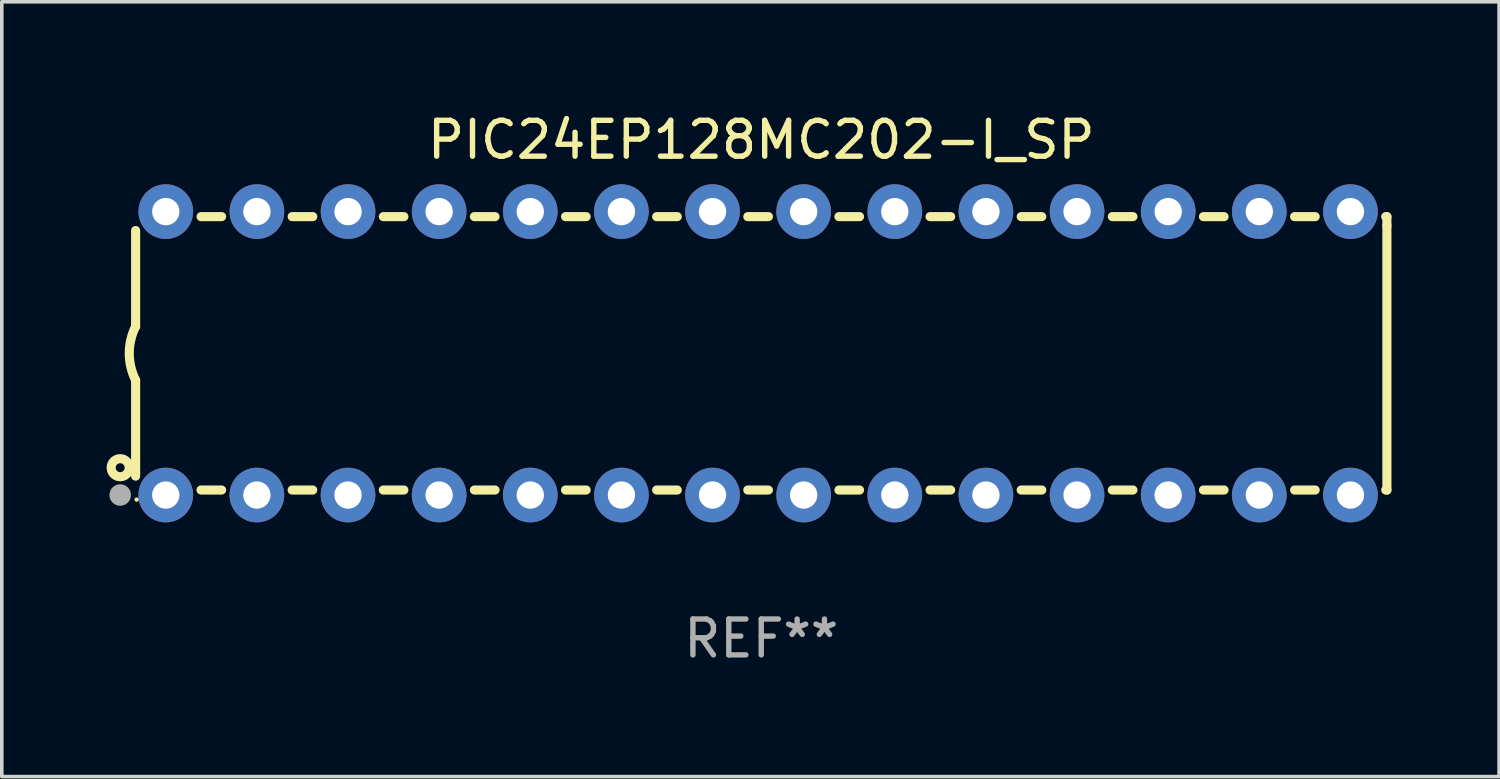
<source format=kicad_pcb>
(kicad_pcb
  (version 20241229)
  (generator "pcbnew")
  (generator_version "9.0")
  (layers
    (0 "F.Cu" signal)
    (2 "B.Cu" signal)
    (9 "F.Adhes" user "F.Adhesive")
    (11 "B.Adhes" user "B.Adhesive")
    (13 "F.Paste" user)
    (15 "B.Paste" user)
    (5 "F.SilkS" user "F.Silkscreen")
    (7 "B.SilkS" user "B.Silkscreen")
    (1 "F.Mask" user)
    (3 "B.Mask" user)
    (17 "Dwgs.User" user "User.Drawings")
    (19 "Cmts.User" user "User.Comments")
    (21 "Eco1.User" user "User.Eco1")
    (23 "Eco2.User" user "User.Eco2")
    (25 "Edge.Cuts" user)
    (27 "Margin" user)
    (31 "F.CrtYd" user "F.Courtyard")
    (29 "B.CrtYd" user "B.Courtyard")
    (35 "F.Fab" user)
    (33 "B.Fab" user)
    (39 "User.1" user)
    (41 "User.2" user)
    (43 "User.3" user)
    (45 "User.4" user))
  (footprint "PIC24EP128MC202-I_SP"
    (layer "F.Cu")
    (at 18.168 6.798)
    (property "Reference" "PIC24EP128MC202-I_SP" (at 0 -5.95 0) (layer "F.SilkS") (effects (font (size 1 1) (thickness 0.15))))
    (attr through_hole)
    (fp_line (start -17.438 0.75) (end -17.438 3.423) (stroke (width 0.254) (type solid)) (layer "F.SilkS"))
    (fp_line (start -17.438 -3.423) (end -17.438 -0.75) (stroke (width 0.254) (type solid)) (layer "F.SilkS"))
    (fp_line (start -15.615 3.81) (end -15.041 3.81) (stroke (width 0.254) (type solid)) (layer "F.SilkS"))
    (fp_line (start -15.041 -3.81) (end -15.614 -3.81) (stroke (width 0.254) (type solid)) (layer "F.SilkS"))
    (fp_line (start -13.075 3.81) (end -12.501 3.81) (stroke (width 0.254) (type solid)) (layer "F.SilkS"))
    (fp_line (start -12.501 -3.81) (end -13.074 -3.81) (stroke (width 0.254) (type solid)) (layer "F.SilkS"))
    (fp_line (start -10.535 3.81) (end -9.961 3.81) (stroke (width 0.254) (type solid)) (layer "F.SilkS"))
    (fp_line (start -9.961 -3.81) (end -10.534 -3.81) (stroke (width 0.254) (type solid)) (layer "F.SilkS"))
    (fp_line (start -7.995 3.81) (end -7.421 3.81) (stroke (width 0.254) (type solid)) (layer "F.SilkS"))
    (fp_line (start -7.421 -3.81) (end -7.995 -3.81) (stroke (width 0.254) (type solid)) (layer "F.SilkS"))
    (fp_line (start -5.455 3.81) (end -4.881 3.81) (stroke (width 0.254) (type solid)) (layer "F.SilkS"))
    (fp_line (start -4.881 -3.81) (end -5.455 -3.81) (stroke (width 0.254) (type solid)) (layer "F.SilkS"))
    (fp_line (start -2.915 3.81) (end -2.341 3.81) (stroke (width 0.254) (type solid)) (layer "F.SilkS"))
    (fp_line (start -2.341 -3.81) (end -2.915 -3.81) (stroke (width 0.254) (type solid)) (layer "F.SilkS"))
    (fp_line (start -0.375 3.81) (end 0.199 3.81) (stroke (width 0.254) (type solid)) (layer "F.SilkS"))
    (fp_line (start 0.199 -3.81) (end -0.375 -3.81) (stroke (width 0.254) (type solid)) (layer "F.SilkS"))
    (fp_line (start 2.165 3.81) (end 2.739 3.81) (stroke (width 0.254) (type solid)) (layer "F.SilkS"))
    (fp_line (start 2.739 -3.81) (end 2.165 -3.81) (stroke (width 0.254) (type solid)) (layer "F.SilkS"))
    (fp_line (start 4.705 3.81) (end 5.279 3.81) (stroke (width 0.254) (type solid)) (layer "F.SilkS"))
    (fp_line (start 5.279 -3.81) (end 4.705 -3.81) (stroke (width 0.254) (type solid)) (layer "F.SilkS"))
    (fp_line (start 7.245 3.81) (end 7.819 3.81) (stroke (width 0.254) (type solid)) (layer "F.SilkS"))
    (fp_line (start 7.819 -3.81) (end 7.245 -3.81) (stroke (width 0.254) (type solid)) (layer "F.SilkS"))
    (fp_line (start 9.785 3.81) (end 10.359 3.81) (stroke (width 0.254) (type solid)) (layer "F.SilkS"))
    (fp_line (start 10.359 -3.81) (end 9.785 -3.81) (stroke (width 0.254) (type solid)) (layer "F.SilkS"))
    (fp_line (start 12.325 3.81) (end 12.899 3.81) (stroke (width 0.254) (type solid)) (layer "F.SilkS"))
    (fp_line (start 12.899 -3.81) (end 12.325 -3.81) (stroke (width 0.254) (type solid)) (layer "F.SilkS"))
    (fp_line (start 14.865 3.81) (end 15.439 3.81) (stroke (width 0.254) (type solid)) (layer "F.SilkS"))
    (fp_line (start 15.439 -3.81) (end 14.865 -3.81) (stroke (width 0.254) (type solid)) (layer "F.SilkS"))
    (fp_line (start 17.405 3.81) (end 17.438 3.81) (stroke (width 0.254) (type solid)) (layer "F.SilkS"))
    (fp_line (start 17.438 -3.81) (end 17.405 -3.81) (stroke (width 0.254) (type solid)) (layer "F.SilkS"))
    (fp_line (start 17.438 -3.556) (end 17.438 -3.81) (stroke (width 0.254) (type solid)) (layer "F.SilkS"))
    (fp_line (start 17.438 3.81) (end 17.438 -3.556) (stroke (width 0.254) (type solid)) (layer "F.SilkS"))
    (fp_arc (start -17.437986 0.749657) (mid -17.614887 -0.000024) (end -17.437783 -0.749657) (stroke (width 0.254001) (type solid)) (layer "F.SilkS"))
    (fp_circle (center -17.868 3.188) (end -17.743 3.188) (stroke (width 0.254) (type solid)) (fill no) (layer "F.SilkS"))
    (fp_circle (center -17.411 4.077) (end -17.381 4.077) (stroke (width 0.06) (type solid)) (fill no) (layer "F.SilkS"))
    (fp_circle (center -17.868 3.95) (end -17.718 3.95) (stroke (width 0.3) (type solid)) (fill no) (layer "F.Fab"))
    (fp_text user "REF**" (at 0 7.95 0) (layer "F.Fab") (effects (font (size 1 1) (thickness 0.15))))
    (pad "1" thru_hole circle (at -16.598 3.95) (size 1.524 1.524) (drill 0.762) (layers "*.Cu" "*.Mask"))
    (pad "2" thru_hole circle (at -14.058 3.95) (size 1.524 1.524) (drill 0.762) (layers "*.Cu" "*.Mask"))
    (pad "3" thru_hole circle (at -11.518 3.95) (size 1.524 1.524) (drill 0.762) (layers "*.Cu" "*.Mask"))
    (pad "4" thru_hole circle (at -8.978 3.95) (size 1.524 1.524) (drill 0.762) (layers "*.Cu" "*.Mask"))
    (pad "5" thru_hole circle (at -6.438 3.95) (size 1.524 1.524) (drill 0.762) (layers "*.Cu" "*.Mask"))
    (pad "6" thru_hole circle (at -3.898 3.95) (size 1.524 1.524) (drill 0.762) (layers "*.Cu" "*.Mask"))
    (pad "7" thru_hole circle (at -1.358 3.95) (size 1.524 1.524) (drill 0.762) (layers "*.Cu" "*.Mask"))
    (pad "8" thru_hole circle (at 1.182 3.95) (size 1.524 1.524) (drill 0.762) (layers "*.Cu" "*.Mask"))
    (pad "9" thru_hole circle (at 3.722 3.95) (size 1.524 1.524) (drill 0.762) (layers "*.Cu" "*.Mask"))
    (pad "10" thru_hole circle (at 6.262 3.95) (size 1.524 1.524) (drill 0.762) (layers "*.Cu" "*.Mask"))
    (pad "11" thru_hole circle (at 8.802 3.95) (size 1.524 1.524) (drill 0.762) (layers "*.Cu" "*.Mask"))
    (pad "12" thru_hole circle (at 11.342 3.95) (size 1.524 1.524) (drill 0.762) (layers "*.Cu" "*.Mask"))
    (pad "13" thru_hole circle (at 13.882 3.95) (size 1.524 1.524) (drill 0.762) (layers "*.Cu" "*.Mask"))
    (pad "14" thru_hole circle (at 16.422 3.95) (size 1.524 1.524) (drill 0.762) (layers "*.Cu" "*.Mask"))
    (pad "15" thru_hole circle (at 16.422 -3.95) (size 1.524 1.524) (drill 0.762) (layers "*.Cu" "*.Mask"))
    (pad "16" thru_hole circle (at 13.882 -3.95) (size 1.524 1.524) (drill 0.762) (layers "*.Cu" "*.Mask"))
    (pad "17" thru_hole circle (at 11.342 -3.95) (size 1.524 1.524) (drill 0.762) (layers "*.Cu" "*.Mask"))
    (pad "18" thru_hole circle (at 8.802 -3.95) (size 1.524 1.524) (drill 0.762) (layers "*.Cu" "*.Mask"))
    (pad "19" thru_hole circle (at 6.262 -3.95) (size 1.524 1.524) (drill 0.762) (layers "*.Cu" "*.Mask"))
    (pad "20" thru_hole circle (at 3.722 -3.95) (size 1.524 1.524) (drill 0.762) (layers "*.Cu" "*.Mask"))
    (pad "21" thru_hole circle (at 1.182 -3.95) (size 1.524 1.524) (drill 0.762) (layers "*.Cu" "*.Mask"))
    (pad "22" thru_hole circle (at -1.358 -3.95) (size 1.524 1.524) (drill 0.762) (layers "*.Cu" "*.Mask"))
    (pad "23" thru_hole circle (at -3.898 -3.95) (size 1.524 1.524) (drill 0.762) (layers "*.Cu" "*.Mask"))
    (pad "24" thru_hole circle (at -6.438 -3.95) (size 1.524 1.524) (drill 0.762) (layers "*.Cu" "*.Mask"))
    (pad "25" thru_hole circle (at -8.978 -3.95) (size 1.524 1.524) (drill 0.762) (layers "*.Cu" "*.Mask"))
    (pad "26" thru_hole circle (at -11.517 -3.95) (size 1.524 1.524) (drill 0.762) (layers "*.Cu" "*.Mask"))
    (pad "27" thru_hole circle (at -14.057 -3.95) (size 1.524 1.524) (drill 0.762) (layers "*.Cu" "*.Mask"))
    (pad "28" thru_hole circle (at -16.597 -3.95) (size 1.524 1.524) (drill 0.762) (layers "*.Cu" "*.Mask")))
  (gr_rect
    (start -3 -3)
    (end 38.733 18.596)
    (stroke (width 0.1) (type default))
    (fill no)
    (layer "Edge.Cuts")))
</source>
